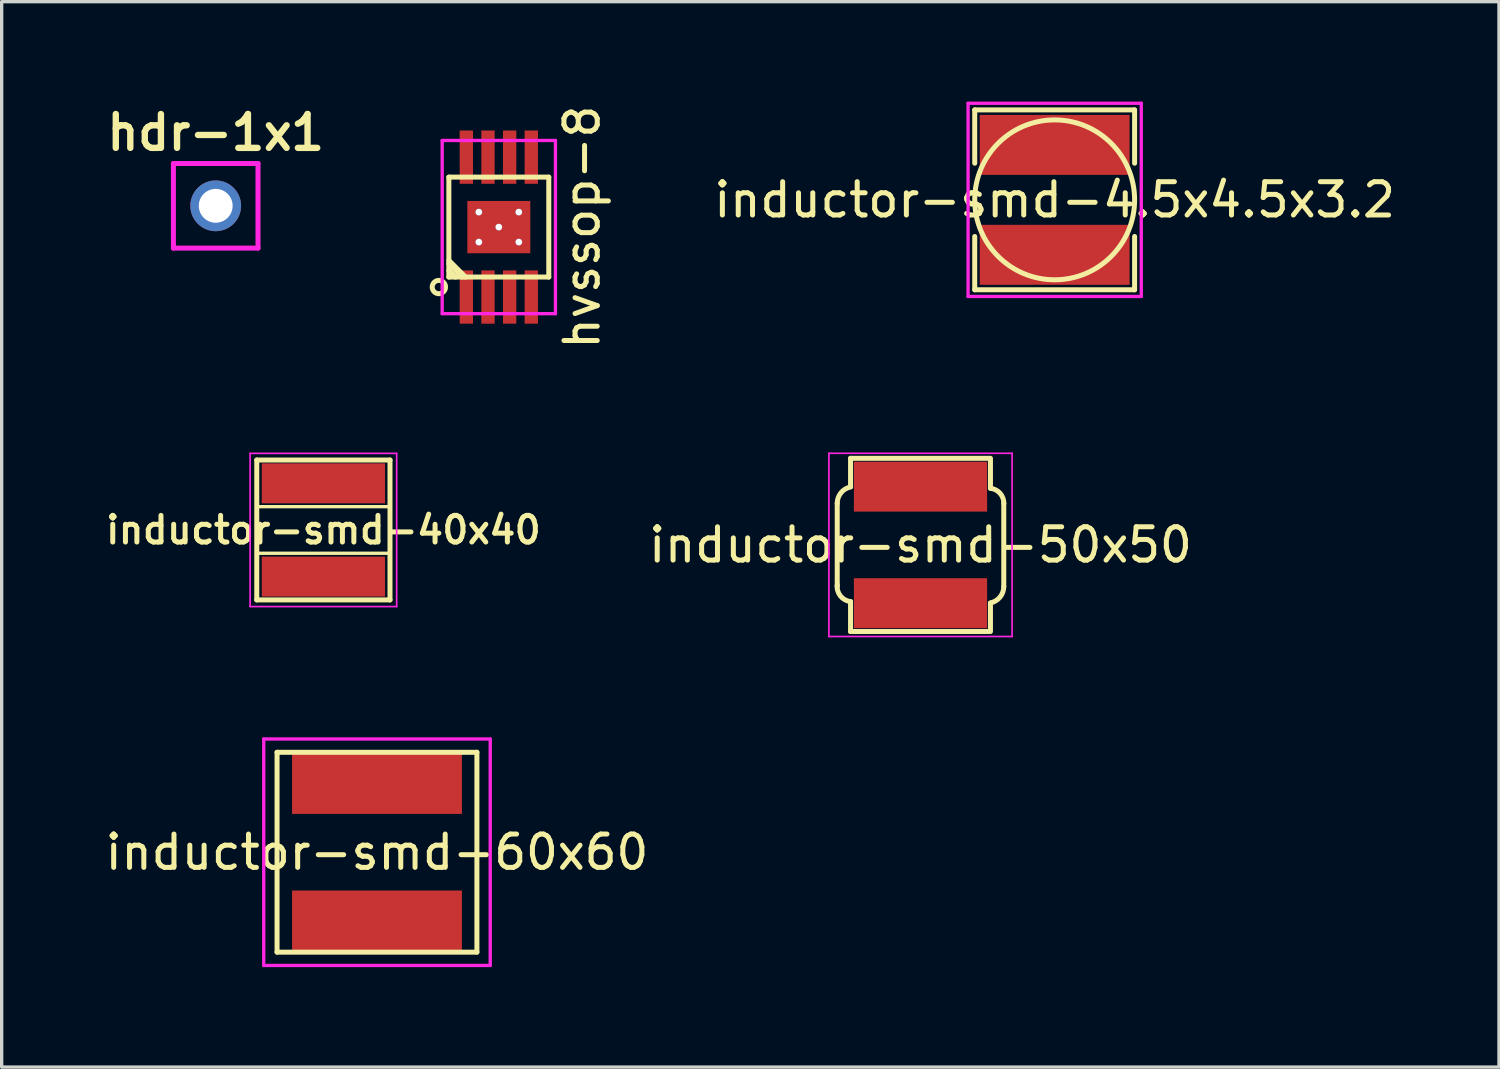
<source format=kicad_pcb>
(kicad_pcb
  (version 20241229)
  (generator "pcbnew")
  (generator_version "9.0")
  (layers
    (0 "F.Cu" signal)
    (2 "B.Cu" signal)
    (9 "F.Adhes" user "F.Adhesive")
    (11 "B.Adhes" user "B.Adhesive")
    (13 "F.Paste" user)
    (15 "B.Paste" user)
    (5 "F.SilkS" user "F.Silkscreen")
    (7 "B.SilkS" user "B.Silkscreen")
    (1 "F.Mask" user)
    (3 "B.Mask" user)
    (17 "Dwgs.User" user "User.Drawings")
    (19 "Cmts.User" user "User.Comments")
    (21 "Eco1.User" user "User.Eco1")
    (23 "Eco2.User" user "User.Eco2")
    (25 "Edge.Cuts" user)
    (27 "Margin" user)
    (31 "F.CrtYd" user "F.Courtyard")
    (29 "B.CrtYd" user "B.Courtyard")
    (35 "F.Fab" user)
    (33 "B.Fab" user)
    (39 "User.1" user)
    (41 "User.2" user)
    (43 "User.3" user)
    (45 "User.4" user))
  (footprint "inductor-smd-40x40"
    (layer "F.Cu")
    (at 6.659 12.861)
    (property "Reference" "inductor-smd-40x40" (at 0 0 0) (layer "F.SilkS") (effects (font (size 0.8 0.8) (thickness 0.15))))
    (attr through_hole)
    (fp_line (start -2 -2.1) (end -2 2.1) (stroke (width 0.15) (type solid)) (layer "F.SilkS"))
    (fp_line (start -2 2.1) (end 2 2.1) (stroke (width 0.15) (type solid)) (layer "F.SilkS"))
    (fp_line (start 2 -2.1) (end -2 -2.1) (stroke (width 0.15) (type solid)) (layer "F.SilkS"))
    (fp_line (start 2 -0.7) (end -2 -0.7) (stroke (width 0.1) (type solid)) (layer "F.SilkS"))
    (fp_line (start 2 0.7) (end -2 0.7) (stroke (width 0.1) (type solid)) (layer "F.SilkS"))
    (fp_line (start 2 2.1) (end 2 -2.1) (stroke (width 0.15) (type solid)) (layer "F.SilkS"))
    (fp_line (start -2.2 -2.3) (end 2.2 -2.3) (stroke (width 0.05) (type solid)) (layer "F.CrtYd"))
    (fp_line (start -2.2 2.3) (end -2.2 -2.3) (stroke (width 0.05) (type solid)) (layer "F.CrtYd"))
    (fp_line (start 2.2 -2.3) (end 2.2 2.3) (stroke (width 0.05) (type solid)) (layer "F.CrtYd"))
    (fp_line (start 2.2 2.3) (end -2.2 2.3) (stroke (width 0.05) (type solid)) (layer "F.CrtYd"))
    (pad "1" smd rect (at 0 1.4 90) (size 1.2 3.7) (layers "F.Cu" "F.Mask" "F.Paste"))
    (pad "2" smd rect (at 0 -1.4 90) (size 1.2 3.7) (layers "F.Cu" "F.Mask" "F.Paste")))
  (footprint "inductor-smd-4.5x4.5x3.2"
    (layer "F.Cu")
    (at 28.614 2.95)
    (property "Reference" "inductor-smd-4.5x4.5x3.2" (at 0 0 0) (layer "F.SilkS") (effects (font (size 1 1) (thickness 0.15))))
    (attr through_hole)
    (fp_line (start -2.4 -2.7) (end 2.4 -2.7) (stroke (width 0.15) (type solid)) (layer "F.SilkS"))
    (fp_line (start -2.4 -1.1) (end -2.4 -2.7) (stroke (width 0.15) (type solid)) (layer "F.SilkS"))
    (fp_line (start -2.4 2.7) (end -2.4 1.1) (stroke (width 0.15) (type solid)) (layer "F.SilkS"))
    (fp_line (start -2.4 2.7) (end 2.4 2.7) (stroke (width 0.15) (type solid)) (layer "F.SilkS"))
    (fp_line (start 2.4 -1.1) (end 2.4 -2.7) (stroke (width 0.15) (type solid)) (layer "F.SilkS"))
    (fp_line (start 2.4 2.7) (end 2.4 1.1) (stroke (width 0.15) (type solid)) (layer "F.SilkS"))
    (fp_circle (center 0 0) (end 2.4 0) (stroke (width 0.15) (type solid)) (fill no) (layer "F.SilkS"))
    (fp_line (start -2.6 -2.9) (end -2.6 2.9) (stroke (width 0.1) (type solid)) (layer "F.CrtYd"))
    (fp_line (start -2.6 2.9) (end 2.6 2.9) (stroke (width 0.1) (type solid)) (layer "F.CrtYd"))
    (fp_line (start 2.6 -2.9) (end -2.6 -2.9) (stroke (width 0.1) (type solid)) (layer "F.CrtYd"))
    (fp_line (start 2.6 2.9) (end 2.6 -2.9) (stroke (width 0.1) (type solid)) (layer "F.CrtYd"))
    (pad "1" smd rect (at 0 -1.65) (size 4.5 1.8) (layers "F.Cu" "F.Mask" "F.Paste"))
    (pad "2" smd rect (at 0 1.65) (size 4.5 1.8) (layers "F.Cu" "F.Mask" "F.Paste")))
  (footprint "hdr-1x1"
    (layer "F.Cu")
    (at 3.426 3.129)
    (property "Reference" "hdr-1x1" (at 0 -2.2 0) (layer "F.SilkS") (effects (font (size 1.016 1.016) (thickness 0.191))))
    (attr exclude_from_pos_files exclude_from_bom)
    (fp_line (start -1.27 -1.27) (end -1.27 1.27) (stroke (width 0.15) (type solid)) (layer "F.CrtYd"))
    (fp_line (start -1.27 1.27) (end 1.27 1.27) (stroke (width 0.15) (type solid)) (layer "F.CrtYd"))
    (fp_line (start 1.27 -1.27) (end -1.27 -1.27) (stroke (width 0.15) (type solid)) (layer "F.CrtYd"))
    (fp_line (start 1.27 1.27) (end 1.27 -1.27) (stroke (width 0.15) (type solid)) (layer "F.CrtYd"))
    (pad "1" thru_hole circle (at 0 0) (size 1.524 1.524) (drill 1.016) (layers "*.Cu" "*.Mask")))
  (footprint "hvssop-8"
    (layer "F.Cu")
    (at 11.926 3.768)
    (property "Reference" "hvssop-8" (at 2.5 0 90) (layer "F.SilkS") (effects (font (size 1 1) (thickness 0.15))))
    (attr through_hole)
    (fp_line (start -1.5 -1.5) (end 1.5 -1.5) (stroke (width 0.15) (type solid)) (layer "F.SilkS"))
    (fp_line (start -1.5 1) (end -1 1.5) (stroke (width 0.15) (type solid)) (layer "F.SilkS"))
    (fp_line (start -1.5 1.1) (end -1.1 1.5) (stroke (width 0.15) (type solid)) (layer "F.SilkS"))
    (fp_line (start -1.5 1.5) (end -1.5 -1.5) (stroke (width 0.15) (type solid)) (layer "F.SilkS"))
    (fp_line (start -1.3 1.5) (end -1.5 1.3) (stroke (width 0.15) (type solid)) (layer "F.SilkS"))
    (fp_line (start 1.5 -1.5) (end 1.5 1.5) (stroke (width 0.15) (type solid)) (layer "F.SilkS"))
    (fp_line (start 1.5 1.5) (end -1.5 1.5) (stroke (width 0.15) (type solid)) (layer "F.SilkS"))
    (fp_circle (center -1.8 1.8) (end -1.6 1.8) (stroke (width 0.15) (type solid)) (fill no) (layer "F.SilkS"))
    (fp_line (start -1.7 -2.6) (end 1.7 -2.6) (stroke (width 0.1) (type solid)) (layer "F.CrtYd"))
    (fp_line (start -1.7 2.6) (end -1.7 -2.6) (stroke (width 0.1) (type solid)) (layer "F.CrtYd"))
    (fp_line (start 1.7 -2.6) (end 1.7 2.6) (stroke (width 0.1) (type solid)) (layer "F.CrtYd"))
    (fp_line (start 1.7 2.6) (end -1.7 2.6) (stroke (width 0.1) (type solid)) (layer "F.CrtYd"))
    (pad "1" smd rect (at -0.975 2.1) (size 0.4 1.6) (layers "F.Cu" "F.Mask" "F.Paste"))
    (pad "2" smd rect (at -0.325 2.1) (size 0.4 1.6) (layers "F.Cu" "F.Mask" "F.Paste"))
    (pad "3" smd rect (at 0.325 2.1) (size 0.4 1.6) (layers "F.Cu" "F.Mask" "F.Paste"))
    (pad "4" smd rect (at 0.975 2.1) (size 0.4 1.6) (layers "F.Cu" "F.Mask" "F.Paste"))
    (pad "5" smd rect (at 0.975 -2.1) (size 0.4 1.6) (layers "F.Cu" "F.Mask" "F.Paste"))
    (pad "6" smd rect (at 0.325 -2.1) (size 0.4 1.6) (layers "F.Cu" "F.Mask" "F.Paste"))
    (pad "7" smd rect (at -0.325 -2.1) (size 0.4 1.6) (layers "F.Cu" "F.Mask" "F.Paste"))
    (pad "8" smd rect (at -0.975 -2.1) (size 0.4 1.6) (layers "F.Cu" "F.Mask" "F.Paste"))
    (pad "9" thru_hole circle (at -0.6 -0.45) (size 0.2 0.2) (drill 0.2) (layers "*.Cu"))
    (pad "9" thru_hole circle (at -0.6 0.45) (size 0.2 0.2) (drill 0.2) (layers "*.Cu"))
    (pad "9" thru_hole circle (at 0 0) (size 0.2 0.2) (drill 0.2) (layers "*.Cu"))
    (pad "9" smd rect (at 0 0) (size 1.89 1.57) (layers "F.Cu" "F.Mask" "F.Paste"))
    (pad "9" thru_hole circle (at 0.6 -0.45) (size 0.2 0.2) (drill 0.2) (layers "*.Cu"))
    (pad "9" thru_hole circle (at 0.6 0.45) (size 0.2 0.2) (drill 0.2) (layers "*.Cu")))
  (footprint "inductor-smd-60x60"
    (layer "F.Cu")
    (at 8.268 22.536)
    (property "Reference" "inductor-smd-60x60" (at 0 0 0) (layer "F.SilkS") (effects (font (size 1 1) (thickness 0.15))))
    (attr through_hole)
    (fp_line (start -3 -3) (end 3 -3) (stroke (width 0.15) (type solid)) (layer "F.SilkS"))
    (fp_line (start -3 3) (end -3 -3) (stroke (width 0.15) (type solid)) (layer "F.SilkS"))
    (fp_line (start 3 -3) (end 3 3) (stroke (width 0.15) (type solid)) (layer "F.SilkS"))
    (fp_line (start 3 3) (end -3 3) (stroke (width 0.15) (type solid)) (layer "F.SilkS"))
    (fp_line (start -3.4 -3.4) (end 3.4 -3.4) (stroke (width 0.1) (type solid)) (layer "F.CrtYd"))
    (fp_line (start -3.4 3.4) (end -3.4 -3.4) (stroke (width 0.1) (type solid)) (layer "F.CrtYd"))
    (fp_line (start 3.4 -3.4) (end 3.4 3.4) (stroke (width 0.1) (type solid)) (layer "F.CrtYd"))
    (fp_line (start 3.4 3.4) (end -3.4 3.4) (stroke (width 0.1) (type solid)) (layer "F.CrtYd"))
    (pad "1" smd rect (at 0 2.1) (size 5.1 1.9) (layers "F.Cu" "F.Mask" "F.Paste"))
    (pad "2" smd rect (at 0 -2.1) (size 5.1 1.9) (layers "F.Cu" "F.Mask" "F.Paste")))
  (footprint "inductor-smd-50x50"
    (layer "F.Cu")
    (at 24.586 13.31)
    (property "Reference" "inductor-smd-50x50" (at 0.000065 0.000395 180) (layer "F.SilkS") (effects (font (size 1 1) (thickness 0.15))))
    (attr through_hole)
    (fp_line (start -2.5 1.25) (end -2.5 -1.25) (stroke (width 0.15) (type solid)) (layer "F.SilkS"))
    (fp_line (start -2.1 -2.6) (end 2.1 -2.6) (stroke (width 0.15) (type solid)) (layer "F.SilkS"))
    (fp_line (start -2.1 -1.75) (end -2.1 -2.6) (stroke (width 0.15) (type solid)) (layer "F.SilkS"))
    (fp_line (start -2.1 2.6) (end -2.1 1.7) (stroke (width 0.15) (type solid)) (layer "F.SilkS"))
    (fp_line (start -2.1 2.6) (end 2.05 2.6) (stroke (width 0.15) (type solid)) (layer "F.SilkS"))
    (fp_line (start 2.1 -2.55) (end 2.1 -1.7) (stroke (width 0.15) (type solid)) (layer "F.SilkS"))
    (fp_line (start 2.1 2.6) (end 2.1 1.75) (stroke (width 0.15) (type solid)) (layer "F.SilkS"))
    (fp_line (start 2.5 -1.25) (end 2.5 1.25) (stroke (width 0.15) (type solid)) (layer "F.SilkS"))
    (fp_arc (start -2.499935 -1.249605) (mid -2.386606 -1.566599) (end -2.097993 -1.739895) (stroke (width 0.15) (type solid)) (layer "F.SilkS"))
    (fp_arc (start -2.099935 1.700395) (mid -2.403488 1.533238) (end -2.499935 1.200395) (stroke (width 0.15) (type solid)) (layer "F.SilkS"))
    (fp_arc (start 2.100065 -1.699605) (mid 2.387436 -1.551567) (end 2.502834 -1.249605) (stroke (width 0.15) (type solid)) (layer "F.SilkS"))
    (fp_arc (start 2.500065 1.250395) (mid 2.386736 1.567389) (end 2.098123 1.740685) (stroke (width 0.15) (type solid)) (layer "F.SilkS"))
    (fp_line (start -2.75 -2.75) (end 2.75 -2.75) (stroke (width 0.05) (type solid)) (layer "F.CrtYd"))
    (fp_line (start -2.75 2.75) (end -2.75 -2.75) (stroke (width 0.05) (type solid)) (layer "F.CrtYd"))
    (fp_line (start 2.75 -2.75) (end 2.75 2.75) (stroke (width 0.05) (type solid)) (layer "F.CrtYd"))
    (fp_line (start 2.75 2.75) (end -2.75 2.75) (stroke (width 0.05) (type solid)) (layer "F.CrtYd"))
    (pad "1" smd rect (at 0.000065 1.75 90) (size 1.5 4) (layers "F.Cu" "F.Mask" "F.Paste"))
    (pad "2" smd rect (at 0.000065 -1.75 90) (size 1.5 4) (layers "F.Cu" "F.Mask" "F.Paste")))
  (gr_rect
    (start -3 -3)
    (end 41.953 28.986)
    (stroke (width 0.1) (type default))
    (fill no)
    (layer "Edge.Cuts")))
</source>
